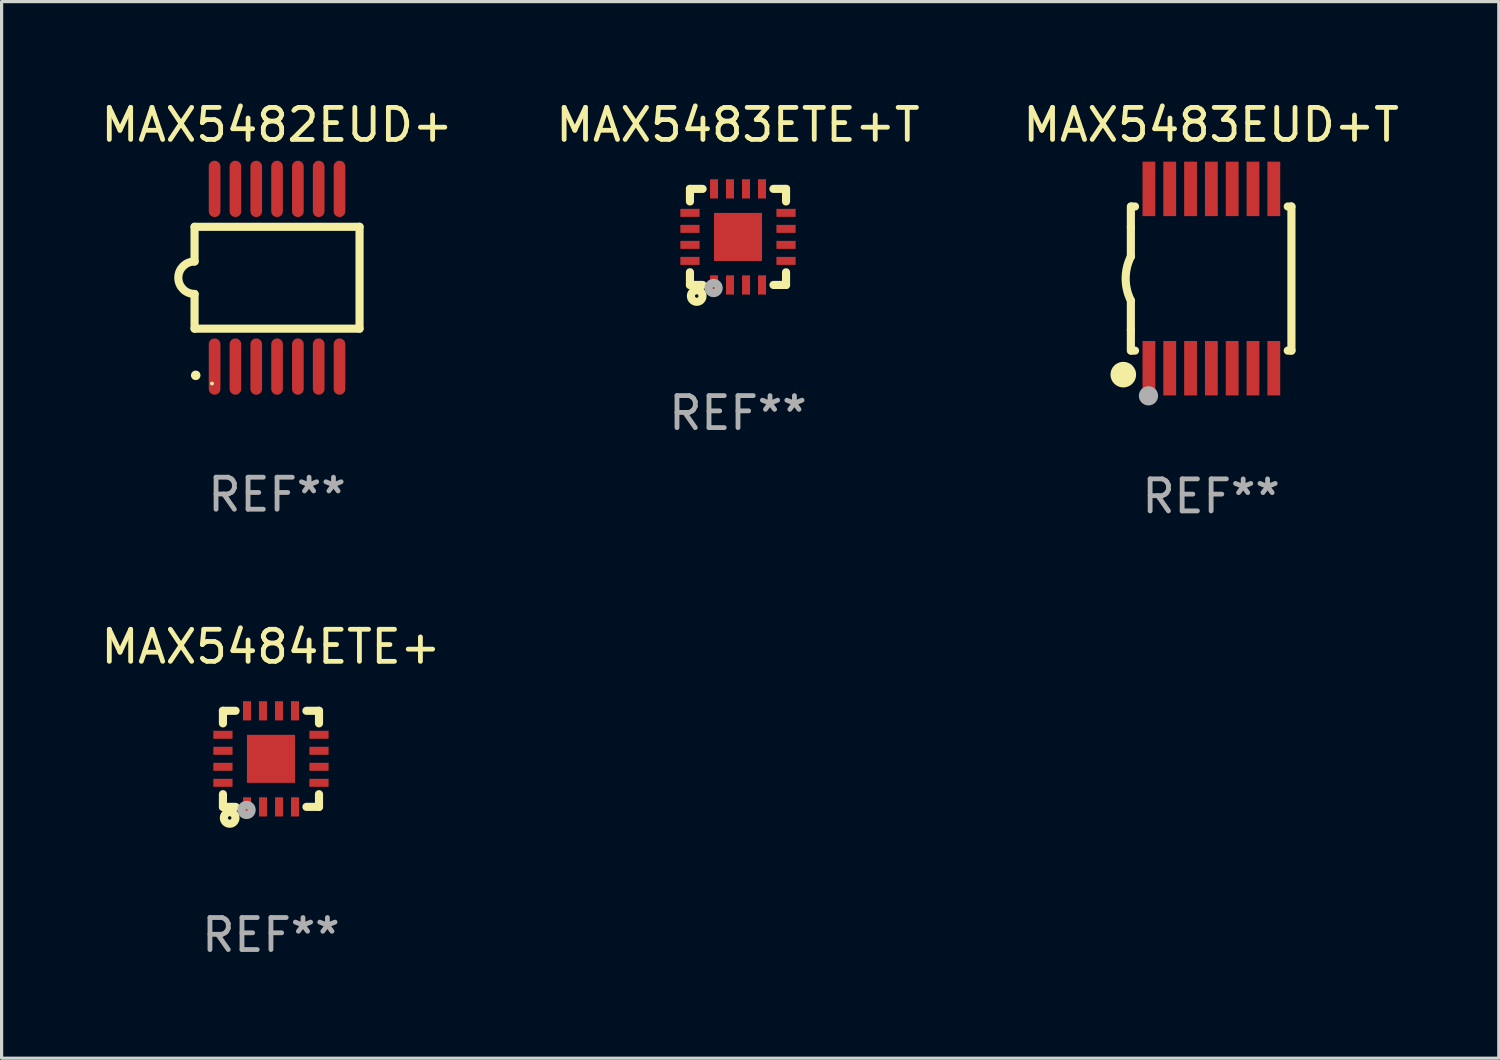
<source format=kicad_pcb>
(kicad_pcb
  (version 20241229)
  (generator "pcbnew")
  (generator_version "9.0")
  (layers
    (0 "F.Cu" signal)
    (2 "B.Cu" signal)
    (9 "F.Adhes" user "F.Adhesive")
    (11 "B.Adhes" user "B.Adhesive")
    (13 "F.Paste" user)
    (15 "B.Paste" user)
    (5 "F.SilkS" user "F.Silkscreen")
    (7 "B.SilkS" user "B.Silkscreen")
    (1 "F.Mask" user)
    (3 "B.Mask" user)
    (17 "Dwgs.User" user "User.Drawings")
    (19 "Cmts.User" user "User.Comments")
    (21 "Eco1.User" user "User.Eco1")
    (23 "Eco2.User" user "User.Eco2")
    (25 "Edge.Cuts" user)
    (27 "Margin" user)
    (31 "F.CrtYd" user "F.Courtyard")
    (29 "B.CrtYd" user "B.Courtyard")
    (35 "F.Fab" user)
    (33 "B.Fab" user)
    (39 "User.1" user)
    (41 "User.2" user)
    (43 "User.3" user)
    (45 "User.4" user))
  (footprint "MAX5484ETE+"
    (layer "F.Cu")
    (at 5.411 20.645)
    (property "Reference" "MAX5484ETE+" (at 0 -3.5 0) (layer "F.SilkS") (effects (font (size 1 1) (thickness 0.15))))
    (attr through_hole)
    (fp_line (start -1.5 -1.5) (end -1.5 -1.108) (stroke (width 0.254) (type solid)) (layer "F.SilkS"))
    (fp_line (start -1.5 -1.5) (end -1.105 -1.5) (stroke (width 0.254) (type solid)) (layer "F.SilkS"))
    (fp_line (start -1.5 1.104) (end -1.5 1.5) (stroke (width 0.254) (type solid)) (layer "F.SilkS"))
    (fp_line (start -1.5 1.5) (end -1.105 1.5) (stroke (width 0.254) (type solid)) (layer "F.SilkS"))
    (fp_line (start 1.106 -1.5) (end 1.5 -1.5) (stroke (width 0.254) (type solid)) (layer "F.SilkS"))
    (fp_line (start 1.108 1.5) (end 1.5 1.5) (stroke (width 0.254) (type solid)) (layer "F.SilkS"))
    (fp_line (start 1.5 -1.108) (end 1.5 -1.5) (stroke (width 0.254) (type solid)) (layer "F.SilkS"))
    (fp_line (start 1.5 1.5) (end 1.5 1.104) (stroke (width 0.254) (type solid)) (layer "F.SilkS"))
    (fp_circle (center -1.5 1.5) (end -1.47 1.5) (stroke (width 0.06) (type solid)) (fill no) (layer "F.SilkS"))
    (fp_circle (center -1.289 1.845) (end -1.235 1.845) (stroke (width 0.254) (type solid)) (fill no) (layer "F.SilkS"))
    (fp_circle (center -0.762 1.596) (end -0.731 1.596) (stroke (width 0.254) (type solid)) (fill no) (layer "F.Fab"))
    (fp_text user "REF**" (at 0 5.5 0) (layer "F.Fab") (effects (font (size 1 1) (thickness 0.15))))
    (pad "1" smd rect (at -0.748 1.5 180) (size 0.25 0.6) (layers "F.Cu" "F.Mask" "F.Paste"))
    (pad "2" smd rect (at -0.249 1.5 180) (size 0.25 0.6) (layers "F.Cu" "F.Mask" "F.Paste"))
    (pad "3" smd rect (at 0.252 1.5 180) (size 0.25 0.6) (layers "F.Cu" "F.Mask" "F.Paste"))
    (pad "4" smd rect (at 0.751 1.5 180) (size 0.25 0.6) (layers "F.Cu" "F.Mask" "F.Paste"))
    (pad "5" smd rect (at 1.5 0.748 270) (size 0.25 0.6) (layers "F.Cu" "F.Mask" "F.Paste"))
    (pad "6" smd rect (at 1.5 0.248 270) (size 0.25 0.6) (layers "F.Cu" "F.Mask" "F.Paste"))
    (pad "7" smd rect (at 1.5 -0.252 270) (size 0.25 0.6) (layers "F.Cu" "F.Mask" "F.Paste"))
    (pad "8" smd rect (at 1.5 -0.752 270) (size 0.25 0.6) (layers "F.Cu" "F.Mask" "F.Paste"))
    (pad "9" smd rect (at 0.75 -1.5) (size 0.25 0.6) (layers "F.Cu" "F.Mask" "F.Paste"))
    (pad "10" smd rect (at 0.25 -1.5) (size 0.25 0.6) (layers "F.Cu" "F.Mask" "F.Paste"))
    (pad "11" smd rect (at -0.25 -1.5) (size 0.25 0.6) (layers "F.Cu" "F.Mask" "F.Paste"))
    (pad "12" smd rect (at -0.748 -1.5) (size 0.25 0.6) (layers "F.Cu" "F.Mask" "F.Paste"))
    (pad "13" smd rect (at -1.5 -0.752 90) (size 0.25 0.6) (layers "F.Cu" "F.Mask" "F.Paste"))
    (pad "14" smd rect (at -1.5 -0.252 90) (size 0.25 0.6) (layers "F.Cu" "F.Mask" "F.Paste"))
    (pad "15" smd rect (at -1.5 0.248 90) (size 0.25 0.6) (layers "F.Cu" "F.Mask" "F.Paste"))
    (pad "16" smd rect (at -1.5 0.748 90) (size 0.25 0.6) (layers "F.Cu" "F.Mask" "F.Paste"))
    (pad "17" smd rect (at -0.000064 0.000076 90) (size 1.5 1.5) (layers "F.Cu" "F.Mask" "F.Paste")))
  (footprint "MAX5483ETE+T"
    (layer "F.Cu")
    (at 19.994 4.348)
    (property "Reference" "MAX5483ETE+T" (at 0 -3.5 0) (layer "F.SilkS") (effects (font (size 1 1) (thickness 0.15))))
    (attr through_hole)
    (fp_line (start -1.5 -1.5) (end -1.5 -1.108) (stroke (width 0.254) (type solid)) (layer "F.SilkS"))
    (fp_line (start -1.5 -1.5) (end -1.105 -1.5) (stroke (width 0.254) (type solid)) (layer "F.SilkS"))
    (fp_line (start -1.5 1.104) (end -1.5 1.5) (stroke (width 0.254) (type solid)) (layer "F.SilkS"))
    (fp_line (start -1.5 1.5) (end -1.105 1.5) (stroke (width 0.254) (type solid)) (layer "F.SilkS"))
    (fp_line (start 1.106 -1.5) (end 1.5 -1.5) (stroke (width 0.254) (type solid)) (layer "F.SilkS"))
    (fp_line (start 1.108 1.5) (end 1.5 1.5) (stroke (width 0.254) (type solid)) (layer "F.SilkS"))
    (fp_line (start 1.5 -1.108) (end 1.5 -1.5) (stroke (width 0.254) (type solid)) (layer "F.SilkS"))
    (fp_line (start 1.5 1.5) (end 1.5 1.104) (stroke (width 0.254) (type solid)) (layer "F.SilkS"))
    (fp_circle (center -1.5 1.5) (end -1.47 1.5) (stroke (width 0.06) (type solid)) (fill no) (layer "F.SilkS"))
    (fp_circle (center -1.289 1.845) (end -1.235 1.845) (stroke (width 0.254) (type solid)) (fill no) (layer "F.SilkS"))
    (fp_circle (center -0.762 1.596) (end -0.731 1.596) (stroke (width 0.254) (type solid)) (fill no) (layer "F.Fab"))
    (fp_text user "REF**" (at 0 5.5 0) (layer "F.Fab") (effects (font (size 1 1) (thickness 0.15))))
    (pad "1" smd rect (at -0.748 1.5 180) (size 0.25 0.6) (layers "F.Cu" "F.Mask" "F.Paste"))
    (pad "2" smd rect (at -0.249 1.5 180) (size 0.25 0.6) (layers "F.Cu" "F.Mask" "F.Paste"))
    (pad "3" smd rect (at 0.252 1.5 180) (size 0.25 0.6) (layers "F.Cu" "F.Mask" "F.Paste"))
    (pad "4" smd rect (at 0.751 1.5 180) (size 0.25 0.6) (layers "F.Cu" "F.Mask" "F.Paste"))
    (pad "5" smd rect (at 1.5 0.748 270) (size 0.25 0.6) (layers "F.Cu" "F.Mask" "F.Paste"))
    (pad "6" smd rect (at 1.5 0.248 270) (size 0.25 0.6) (layers "F.Cu" "F.Mask" "F.Paste"))
    (pad "7" smd rect (at 1.5 -0.252 270) (size 0.25 0.6) (layers "F.Cu" "F.Mask" "F.Paste"))
    (pad "8" smd rect (at 1.5 -0.752 270) (size 0.25 0.6) (layers "F.Cu" "F.Mask" "F.Paste"))
    (pad "9" smd rect (at 0.75 -1.5) (size 0.25 0.6) (layers "F.Cu" "F.Mask" "F.Paste"))
    (pad "10" smd rect (at 0.25 -1.5) (size 0.25 0.6) (layers "F.Cu" "F.Mask" "F.Paste"))
    (pad "11" smd rect (at -0.25 -1.5) (size 0.25 0.6) (layers "F.Cu" "F.Mask" "F.Paste"))
    (pad "12" smd rect (at -0.748 -1.5) (size 0.25 0.6) (layers "F.Cu" "F.Mask" "F.Paste"))
    (pad "13" smd rect (at -1.5 -0.752 90) (size 0.25 0.6) (layers "F.Cu" "F.Mask" "F.Paste"))
    (pad "14" smd rect (at -1.5 -0.252 90) (size 0.25 0.6) (layers "F.Cu" "F.Mask" "F.Paste"))
    (pad "15" smd rect (at -1.5 0.248 90) (size 0.25 0.6) (layers "F.Cu" "F.Mask" "F.Paste"))
    (pad "16" smd rect (at -1.5 0.748 90) (size 0.25 0.6) (layers "F.Cu" "F.Mask" "F.Paste"))
    (pad "17" smd rect (at -0.000064 0.000076 90) (size 1.5 1.5) (layers "F.Cu" "F.Mask" "F.Paste")))
  (footprint "MAX5483EUD+T"
    (layer "F.Cu")
    (at 34.768 5.648)
    (property "Reference" "MAX5483EUD+T" (at 0 -4.8 0) (layer "F.SilkS") (effects (font (size 1 1) (thickness 0.15))))
    (attr through_hole)
    (fp_line (start -2.507 -1.6) (end -2.507 -2.25) (stroke (width 0.254) (type solid)) (layer "F.SilkS"))
    (fp_line (start -2.507 -0.686) (end -2.507 -1.6) (stroke (width 0.254) (type solid)) (layer "F.SilkS"))
    (fp_line (start -2.507 1.6) (end -2.507 0.686) (stroke (width 0.254) (type solid)) (layer "F.SilkS"))
    (fp_line (start -2.507 1.6) (end -2.507 2.25) (stroke (width 0.254) (type solid)) (layer "F.SilkS"))
    (fp_line (start -2.493 -2.25) (end -2.377 -2.25) (stroke (width 0.254) (type solid)) (layer "F.SilkS"))
    (fp_line (start -2.377 2.25) (end -2.493 2.25) (stroke (width 0.254) (type solid)) (layer "F.SilkS"))
    (fp_line (start 2.392 -2.25) (end 2.507 -2.25) (stroke (width 0.254) (type solid)) (layer "F.SilkS"))
    (fp_line (start 2.507 -2.25) (end 2.507 2.25) (stroke (width 0.254) (type solid)) (layer "F.SilkS"))
    (fp_line (start 2.507 2.25) (end 2.392 2.25) (stroke (width 0.254) (type solid)) (layer "F.SilkS"))
    (fp_arc (start -2.507303 0.685802) (mid -2.669199 0) (end -2.507303 -0.685801) (stroke (width 0.254001) (type solid)) (layer "F.SilkS"))
    (fp_circle (center -2.743 3) (end -2.543 3) (stroke (width 0.4) (type solid)) (fill no) (layer "F.SilkS"))
    (fp_circle (center -2.493 3.2) (end -2.463 3.2) (stroke (width 0.06) (type solid)) (fill no) (layer "F.SilkS"))
    (fp_circle (center -1.957 3.662) (end -1.807 3.662) (stroke (width 0.3) (type solid)) (fill no) (layer "F.Fab"))
    (fp_text user "REF**" (at 0 6.8 0) (layer "F.Fab") (effects (font (size 1 1) (thickness 0.15))))
    (pad "1" smd rect (at -1.943 2.8) (size 0.4 1.7) (layers "F.Cu" "F.Mask" "F.Paste"))
    (pad "2" smd rect (at -1.293 2.8) (size 0.4 1.7) (layers "F.Cu" "F.Mask" "F.Paste"))
    (pad "3" smd rect (at -0.643 2.8) (size 0.4 1.7) (layers "F.Cu" "F.Mask" "F.Paste"))
    (pad "4" smd rect (at 0.007 2.8) (size 0.4 1.7) (layers "F.Cu" "F.Mask" "F.Paste"))
    (pad "5" smd rect (at 0.657 2.8) (size 0.4 1.7) (layers "F.Cu" "F.Mask" "F.Paste"))
    (pad "6" smd rect (at 1.307 2.8) (size 0.4 1.7) (layers "F.Cu" "F.Mask" "F.Paste"))
    (pad "7" smd rect (at 1.957 2.8) (size 0.4 1.7) (layers "F.Cu" "F.Mask" "F.Paste"))
    (pad "8" smd rect (at 1.957 -2.8) (size 0.4 1.7) (layers "F.Cu" "F.Mask" "F.Paste"))
    (pad "9" smd rect (at 1.307 -2.8) (size 0.4 1.7) (layers "F.Cu" "F.Mask" "F.Paste"))
    (pad "10" smd rect (at 0.657 -2.8) (size 0.4 1.7) (layers "F.Cu" "F.Mask" "F.Paste"))
    (pad "11" smd rect (at 0.007 -2.8) (size 0.4 1.7) (layers "F.Cu" "F.Mask" "F.Paste"))
    (pad "12" smd rect (at -0.643 -2.8) (size 0.4 1.7) (layers "F.Cu" "F.Mask" "F.Paste"))
    (pad "13" smd rect (at -1.293 -2.8) (size 0.4 1.7) (layers "F.Cu" "F.Mask" "F.Paste"))
    (pad "14" smd rect (at -1.943 -2.8) (size 0.4 1.7) (layers "F.Cu" "F.Mask" "F.Paste")))
  (footprint "MAX5482EUD+"
    (layer "F.Cu")
    (at 5.601 5.622)
    (property "Reference" "MAX5482EUD+" (at 0 -4.774 0) (layer "F.SilkS") (effects (font (size 1 1) (thickness 0.15))))
    (attr through_hole)
    (fp_line (start -2.576 -1.59) (end -2.576 -0.508) (stroke (width 0.254) (type solid)) (layer "F.SilkS"))
    (fp_line (start -2.576 -1.59) (end 2.576 -1.59) (stroke (width 0.254) (type solid)) (layer "F.SilkS"))
    (fp_line (start -2.576 1.59) (end -2.576 0.508) (stroke (width 0.254) (type solid)) (layer "F.SilkS"))
    (fp_line (start 2.576 -1.59) (end 2.576 1.59) (stroke (width 0.254) (type solid)) (layer "F.SilkS"))
    (fp_line (start 2.576 1.59) (end -2.576 1.59) (stroke (width 0.254) (type solid)) (layer "F.SilkS"))
    (fp_arc (start -2.576099 0.506706) (mid -3.081511 0) (end -2.576098 -0.506706) (stroke (width 0.254001) (type solid)) (layer "F.SilkS"))
    (fp_circle (center -2.54 3.048) (end -2.465 3.048) (stroke (width 0.15) (type solid)) (fill no) (layer "F.SilkS"))
    (fp_circle (center -2.032 3.302) (end -2.002 3.302) (stroke (width 0.06) (type solid)) (fill no) (layer "F.SilkS"))
    (fp_text user "REF**" (at 0 6.774 0) (layer "F.Fab") (effects (font (size 1 1) (thickness 0.15))))
    (pad "1" smd oval (at -1.95 2.774) (size 0.364 1.758) (layers "F.Cu" "F.Mask" "F.Paste"))
    (pad "2" smd oval (at -1.3 2.774) (size 0.364 1.758) (layers "F.Cu" "F.Mask" "F.Paste"))
    (pad "3" smd oval (at -0.65 2.774) (size 0.364 1.758) (layers "F.Cu" "F.Mask" "F.Paste"))
    (pad "4" smd oval (at 0 2.774) (size 0.364 1.758) (layers "F.Cu" "F.Mask" "F.Paste"))
    (pad "5" smd oval (at 0.65 2.774) (size 0.364 1.758) (layers "F.Cu" "F.Mask" "F.Paste"))
    (pad "6" smd oval (at 1.3 2.774) (size 0.364 1.758) (layers "F.Cu" "F.Mask" "F.Paste"))
    (pad "7" smd oval (at 1.95 2.774) (size 0.364 1.758) (layers "F.Cu" "F.Mask" "F.Paste"))
    (pad "8" smd oval (at 1.95 -2.774) (size 0.364 1.758) (layers "F.Cu" "F.Mask" "F.Paste"))
    (pad "9" smd oval (at 1.3 -2.774) (size 0.364 1.758) (layers "F.Cu" "F.Mask" "F.Paste"))
    (pad "10" smd oval (at 0.65 -2.774) (size 0.364 1.758) (layers "F.Cu" "F.Mask" "F.Paste"))
    (pad "11" smd oval (at 0 -2.774) (size 0.364 1.758) (layers "F.Cu" "F.Mask" "F.Paste"))
    (pad "12" smd oval (at -0.65 -2.774) (size 0.364 1.758) (layers "F.Cu" "F.Mask" "F.Paste"))
    (pad "13" smd oval (at -1.3 -2.774) (size 0.364 1.758) (layers "F.Cu" "F.Mask" "F.Paste"))
    (pad "14" smd oval (at -1.95 -2.774) (size 0.364 1.758) (layers "F.Cu" "F.Mask" "F.Paste")))
  (gr_rect
    (start -3 -3)
    (end 43.75 29.993)
    (stroke (width 0.1) (type default))
    (fill no)
    (layer "Edge.Cuts")))
</source>
